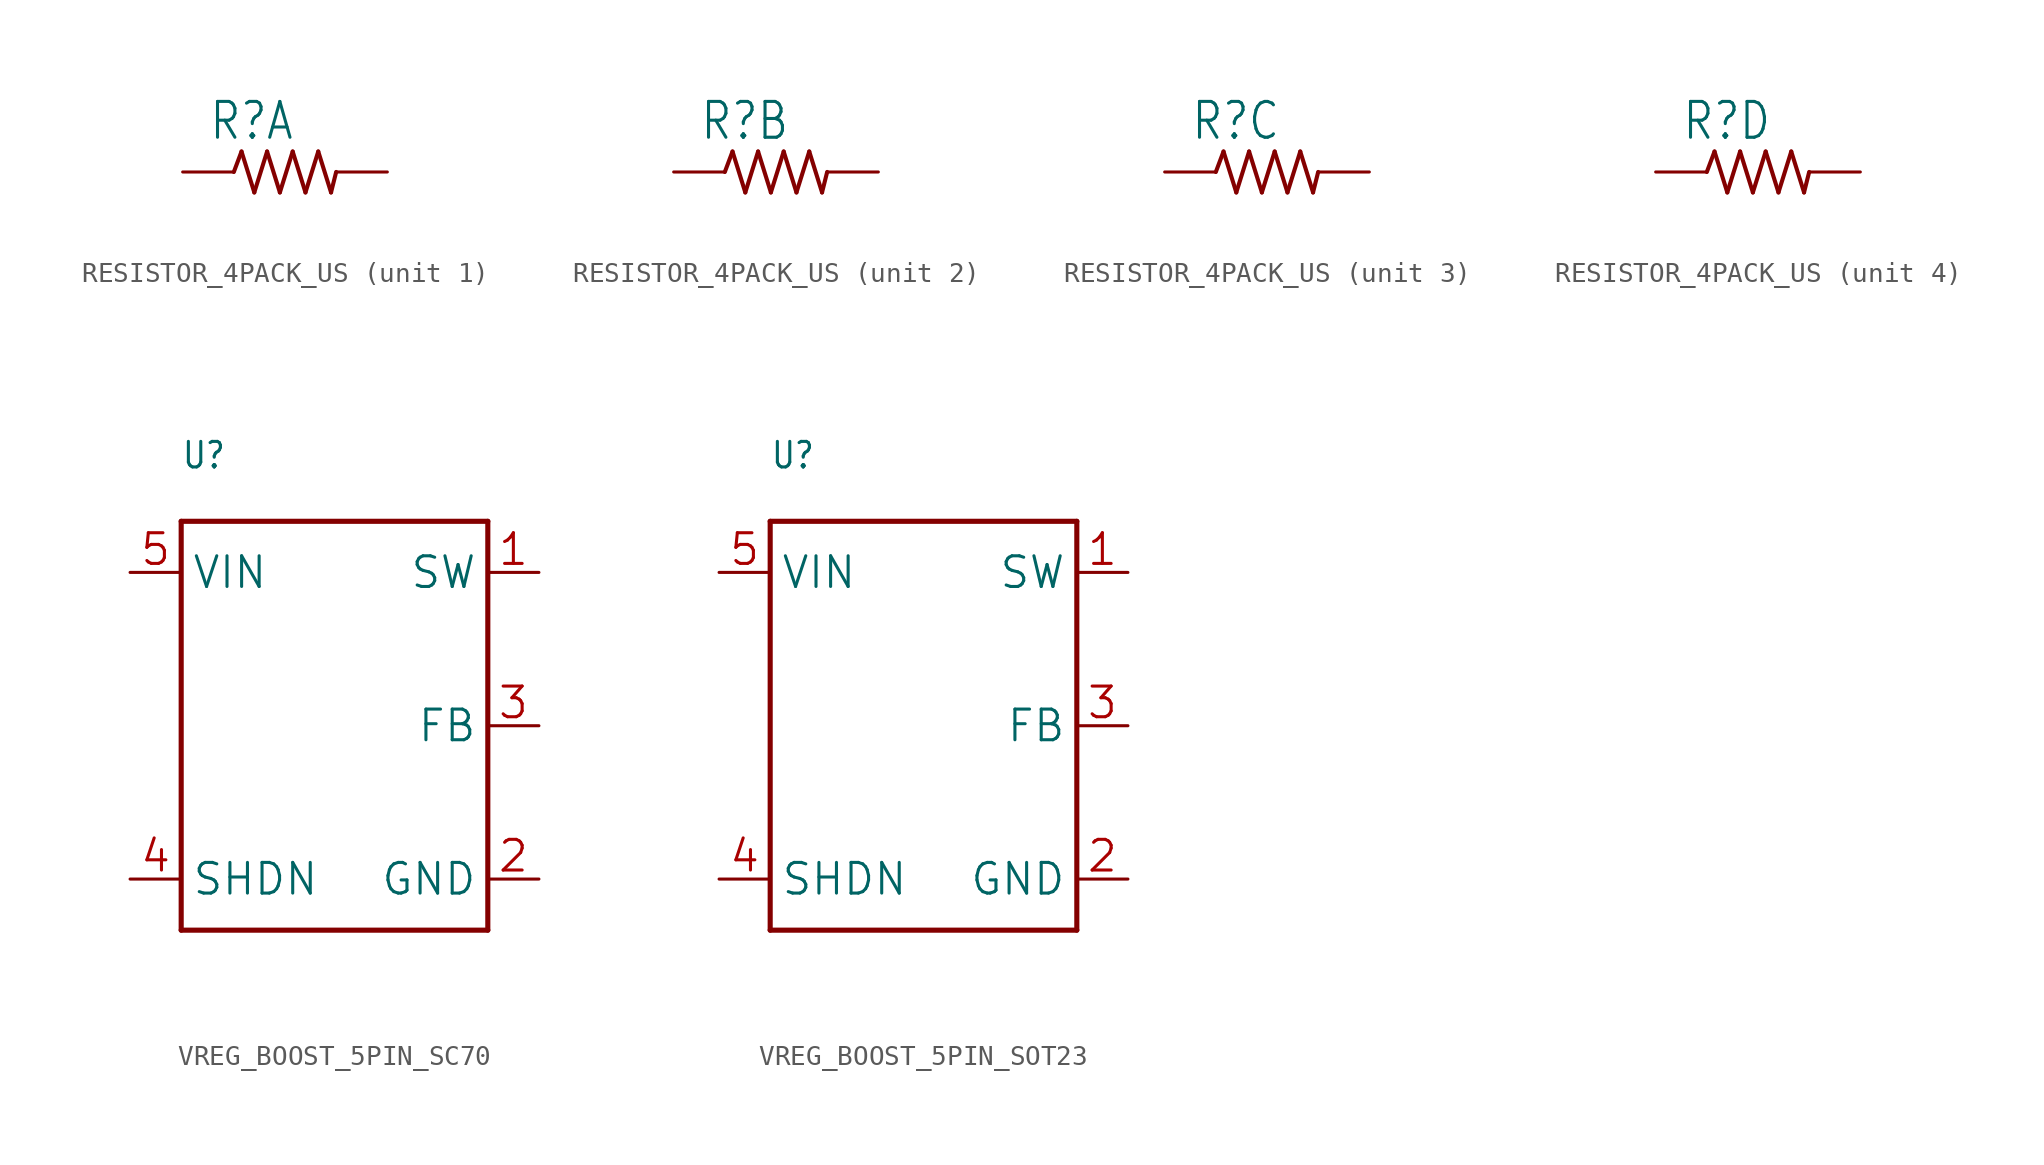
<source format=kicad_sym>
(kicad_symbol_lib
  (version 20241209)
  (generator "kicad_symbol_editor")
  (generator_version "9.0")
  (symbol "RESISTOR_4PACK_US"
    (property "Reference" "R"
      (at -3.81 1.499 0)
      (effects (font (size 1.778 1.511)) (justify left bottom)))
    (property "Value" ""
      (at -3.81 -3.302 0)
      (effects (font (size 1.778 1.511)) (justify left bottom)))
    (property "ki_locked" ""
      (at 0 0 0)
      (effects (font (size 1.27 1.27))))
    (symbol "RESISTOR_4PACK_US_1_0"
      (polyline (pts (xy -2.54 0) (xy -2.159 1.016)) (stroke (width 0.203) (type solid)) (fill (type none)))
      (polyline (pts (xy -2.159 1.016) (xy -1.524 -1.016)) (stroke (width 0.203) (type solid)) (fill (type none)))
      (polyline (pts (xy -1.524 -1.016) (xy -0.889 1.016)) (stroke (width 0.203) (type solid)) (fill (type none)))
      (polyline (pts (xy -0.889 1.016) (xy -0.254 -1.016)) (stroke (width 0.203) (type solid)) (fill (type none)))
      (polyline (pts (xy -0.254 -1.016) (xy 0.381 1.016)) (stroke (width 0.203) (type solid)) (fill (type none)))
      (polyline (pts (xy 0.381 1.016) (xy 1.016 -1.016)) (stroke (width 0.203) (type solid)) (fill (type none)))
      (polyline (pts (xy 1.016 -1.016) (xy 1.651 1.016)) (stroke (width 0.203) (type solid)) (fill (type none)))
      (polyline (pts (xy 1.651 1.016) (xy 2.286 -1.016)) (stroke (width 0.203) (type solid)) (fill (type none)))
      (polyline (pts (xy 2.286 -1.016) (xy 2.54 0)) (stroke (width 0.203) (type solid)) (fill (type none)))
      (pin passive line (at -5.08 0 0) (length 2.54) (name "1" (effects (font (size 0 0)))) (number "1" (effects (font (size 0 0)))))
      (pin passive line (at 5.08 0 180) (length 2.54) (name "2" (effects (font (size 0 0)))) (number "8" (effects (font (size 0 0))))))
    (symbol "RESISTOR_4PACK_US_2_0"
      (polyline (pts (xy -2.54 0) (xy -2.159 1.016)) (stroke (width 0.203) (type solid)) (fill (type none)))
      (polyline (pts (xy -2.159 1.016) (xy -1.524 -1.016)) (stroke (width 0.203) (type solid)) (fill (type none)))
      (polyline (pts (xy -1.524 -1.016) (xy -0.889 1.016)) (stroke (width 0.203) (type solid)) (fill (type none)))
      (polyline (pts (xy -0.889 1.016) (xy -0.254 -1.016)) (stroke (width 0.203) (type solid)) (fill (type none)))
      (polyline (pts (xy -0.254 -1.016) (xy 0.381 1.016)) (stroke (width 0.203) (type solid)) (fill (type none)))
      (polyline (pts (xy 0.381 1.016) (xy 1.016 -1.016)) (stroke (width 0.203) (type solid)) (fill (type none)))
      (polyline (pts (xy 1.016 -1.016) (xy 1.651 1.016)) (stroke (width 0.203) (type solid)) (fill (type none)))
      (polyline (pts (xy 1.651 1.016) (xy 2.286 -1.016)) (stroke (width 0.203) (type solid)) (fill (type none)))
      (polyline (pts (xy 2.286 -1.016) (xy 2.54 0)) (stroke (width 0.203) (type solid)) (fill (type none)))
      (pin passive line (at -5.08 0 0) (length 2.54) (name "1" (effects (font (size 0 0)))) (number "2" (effects (font (size 0 0)))))
      (pin passive line (at 5.08 0 180) (length 2.54) (name "2" (effects (font (size 0 0)))) (number "7" (effects (font (size 0 0))))))
    (symbol "RESISTOR_4PACK_US_3_0"
      (polyline (pts (xy -2.54 0) (xy -2.159 1.016)) (stroke (width 0.203) (type solid)) (fill (type none)))
      (polyline (pts (xy -2.159 1.016) (xy -1.524 -1.016)) (stroke (width 0.203) (type solid)) (fill (type none)))
      (polyline (pts (xy -1.524 -1.016) (xy -0.889 1.016)) (stroke (width 0.203) (type solid)) (fill (type none)))
      (polyline (pts (xy -0.889 1.016) (xy -0.254 -1.016)) (stroke (width 0.203) (type solid)) (fill (type none)))
      (polyline (pts (xy -0.254 -1.016) (xy 0.381 1.016)) (stroke (width 0.203) (type solid)) (fill (type none)))
      (polyline (pts (xy 0.381 1.016) (xy 1.016 -1.016)) (stroke (width 0.203) (type solid)) (fill (type none)))
      (polyline (pts (xy 1.016 -1.016) (xy 1.651 1.016)) (stroke (width 0.203) (type solid)) (fill (type none)))
      (polyline (pts (xy 1.651 1.016) (xy 2.286 -1.016)) (stroke (width 0.203) (type solid)) (fill (type none)))
      (polyline (pts (xy 2.286 -1.016) (xy 2.54 0)) (stroke (width 0.203) (type solid)) (fill (type none)))
      (pin passive line (at -5.08 0 0) (length 2.54) (name "1" (effects (font (size 0 0)))) (number "3" (effects (font (size 0 0)))))
      (pin passive line (at 5.08 0 180) (length 2.54) (name "2" (effects (font (size 0 0)))) (number "6" (effects (font (size 0 0))))))
    (symbol "RESISTOR_4PACK_US_4_0"
      (polyline (pts (xy -2.54 0) (xy -2.159 1.016)) (stroke (width 0.203) (type solid)) (fill (type none)))
      (polyline (pts (xy -2.159 1.016) (xy -1.524 -1.016)) (stroke (width 0.203) (type solid)) (fill (type none)))
      (polyline (pts (xy -1.524 -1.016) (xy -0.889 1.016)) (stroke (width 0.203) (type solid)) (fill (type none)))
      (polyline (pts (xy -0.889 1.016) (xy -0.254 -1.016)) (stroke (width 0.203) (type solid)) (fill (type none)))
      (polyline (pts (xy -0.254 -1.016) (xy 0.381 1.016)) (stroke (width 0.203) (type solid)) (fill (type none)))
      (polyline (pts (xy 0.381 1.016) (xy 1.016 -1.016)) (stroke (width 0.203) (type solid)) (fill (type none)))
      (polyline (pts (xy 1.016 -1.016) (xy 1.651 1.016)) (stroke (width 0.203) (type solid)) (fill (type none)))
      (polyline (pts (xy 1.651 1.016) (xy 2.286 -1.016)) (stroke (width 0.203) (type solid)) (fill (type none)))
      (polyline (pts (xy 2.286 -1.016) (xy 2.54 0)) (stroke (width 0.203) (type solid)) (fill (type none)))
      (pin passive line (at -5.08 0 0) (length 2.54) (name "1" (effects (font (size 0 0)))) (number "4" (effects (font (size 0 0)))))
      (pin passive line (at 5.08 0 180) (length 2.54) (name "2" (effects (font (size 0 0)))) (number "5" (effects (font (size 0 0)))))))
  (symbol "VREG_BOOST_5PIN_SC70"
    (property "Reference" "U"
      (at -7.62 12.7 0)
      (effects (font (size 1.27 1.079)) (justify left bottom)))
    (property "Value" ""
      (at -7.62 -12.7 0)
      (effects (font (size 1.27 1.079)) (justify left bottom)))
    (property "ki_locked" ""
      (at 0 0 0)
      (effects (font (size 1.27 1.27))))
    (symbol "VREG_BOOST_5PIN_SC70_1_0"
      (polyline (pts (xy -7.62 10.16) (xy 7.62 10.16)) (stroke (width 0.254) (type solid)) (fill (type none)))
      (polyline (pts (xy -7.62 -10.16) (xy -7.62 10.16)) (stroke (width 0.254) (type solid)) (fill (type none)))
      (polyline (pts (xy 7.62 10.16) (xy 7.62 -10.16)) (stroke (width 0.254) (type solid)) (fill (type none)))
      (polyline (pts (xy 7.62 -10.16) (xy -7.62 -10.16)) (stroke (width 0.254) (type solid)) (fill (type none)))
      (pin bidirectional line (at -10.16 7.62 0) (length 2.54) (name "VIN" (effects (font (size 1.524 1.524)))) (number "5" (effects (font (size 1.524 1.524)))))
      (pin bidirectional line (at -10.16 -7.62 0) (length 2.54) (name "SHDN" (effects (font (size 1.524 1.524)))) (number "4" (effects (font (size 1.524 1.524)))))
      (pin bidirectional line (at 10.16 7.62 180) (length 2.54) (name "SW" (effects (font (size 1.524 1.524)))) (number "1" (effects (font (size 1.524 1.524)))))
      (pin bidirectional line (at 10.16 0 180) (length 2.54) (name "FB" (effects (font (size 1.524 1.524)))) (number "3" (effects (font (size 1.524 1.524)))))
      (pin bidirectional line (at 10.16 -7.62 180) (length 2.54) (name "GND" (effects (font (size 1.524 1.524)))) (number "2" (effects (font (size 1.524 1.524)))))))
  (symbol "VREG_BOOST_5PIN_SOT23"
    (property "Reference" "U"
      (at -7.62 12.7 0)
      (effects (font (size 1.27 1.079)) (justify left bottom)))
    (property "Value" ""
      (at -7.62 -12.7 0)
      (effects (font (size 1.27 1.079)) (justify left bottom)))
    (property "ki_locked" ""
      (at 0 0 0)
      (effects (font (size 1.27 1.27))))
    (symbol "VREG_BOOST_5PIN_SOT23_1_0"
      (polyline (pts (xy -7.62 10.16) (xy 7.62 10.16)) (stroke (width 0.254) (type solid)) (fill (type none)))
      (polyline (pts (xy -7.62 -10.16) (xy -7.62 10.16)) (stroke (width 0.254) (type solid)) (fill (type none)))
      (polyline (pts (xy 7.62 10.16) (xy 7.62 -10.16)) (stroke (width 0.254) (type solid)) (fill (type none)))
      (polyline (pts (xy 7.62 -10.16) (xy -7.62 -10.16)) (stroke (width 0.254) (type solid)) (fill (type none)))
      (pin bidirectional line (at -10.16 7.62 0) (length 2.54) (name "VIN" (effects (font (size 1.524 1.524)))) (number "5" (effects (font (size 1.524 1.524)))))
      (pin bidirectional line (at -10.16 -7.62 0) (length 2.54) (name "SHDN" (effects (font (size 1.524 1.524)))) (number "4" (effects (font (size 1.524 1.524)))))
      (pin bidirectional line (at 10.16 7.62 180) (length 2.54) (name "SW" (effects (font (size 1.524 1.524)))) (number "1" (effects (font (size 1.524 1.524)))))
      (pin bidirectional line (at 10.16 0 180) (length 2.54) (name "FB" (effects (font (size 1.524 1.524)))) (number "3" (effects (font (size 1.524 1.524)))))
      (pin bidirectional line (at 10.16 -7.62 180) (length 2.54) (name "GND" (effects (font (size 1.524 1.524)))) (number "2" (effects (font (size 1.524 1.524))))))))
</source>
